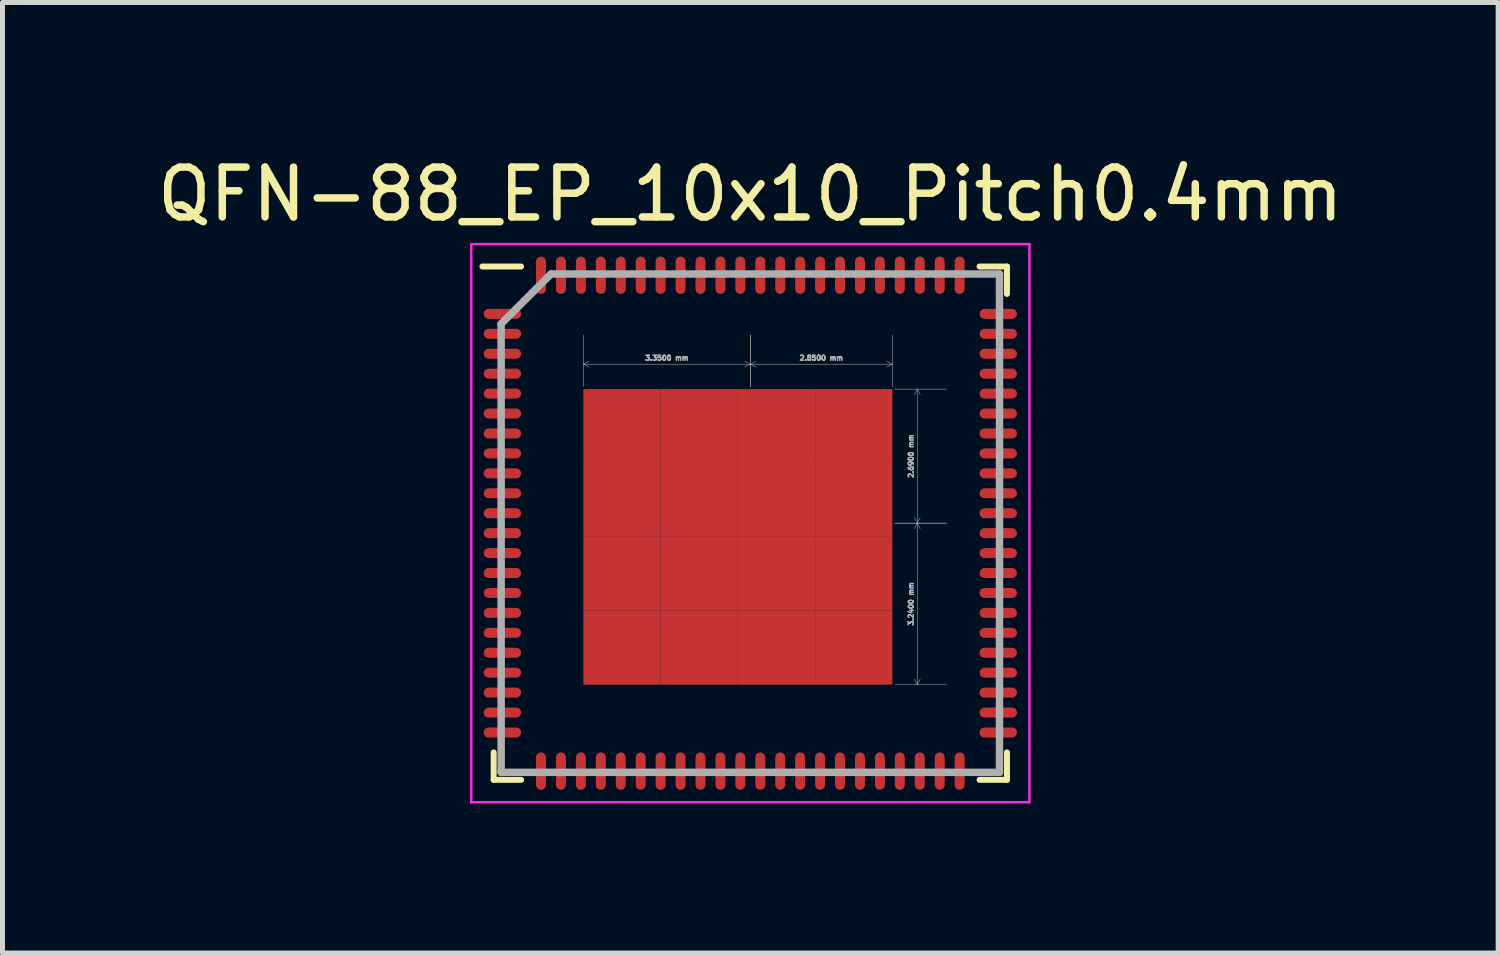
<source format=kicad_pcb>
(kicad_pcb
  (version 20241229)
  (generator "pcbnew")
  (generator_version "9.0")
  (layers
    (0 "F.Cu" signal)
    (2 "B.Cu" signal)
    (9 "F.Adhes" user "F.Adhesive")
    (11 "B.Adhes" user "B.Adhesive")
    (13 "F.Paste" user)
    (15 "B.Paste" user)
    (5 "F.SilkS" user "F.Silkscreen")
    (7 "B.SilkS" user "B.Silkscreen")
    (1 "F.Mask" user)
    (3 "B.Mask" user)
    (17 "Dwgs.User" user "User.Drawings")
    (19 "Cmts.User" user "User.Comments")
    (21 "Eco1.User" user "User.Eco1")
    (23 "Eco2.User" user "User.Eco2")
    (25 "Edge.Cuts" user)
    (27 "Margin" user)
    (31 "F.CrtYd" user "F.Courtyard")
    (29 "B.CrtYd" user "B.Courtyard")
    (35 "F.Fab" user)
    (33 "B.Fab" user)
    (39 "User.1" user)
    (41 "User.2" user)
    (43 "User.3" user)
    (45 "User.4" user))
  (footprint "QFN-88_EP_10x10_Pitch0.4mm"
    (layer "F.Cu")
    (at 12.006 7.448)
    (property "Reference" "QFN-88_EP_10x10_Pitch0.4mm" (at 0 -6.6 0) (layer "F.SilkS") (effects (font (size 1 1) (thickness 0.15))))
    (attr smd)
    (fp_line (start -5.15 5.15) (end -5.15 4.6) (stroke (width 0.12) (type default)) (layer "F.SilkS"))
    (fp_line (start -4.6 -5.15) (end -5.375 -5.15) (stroke (width 0.12) (type default)) (layer "F.SilkS"))
    (fp_line (start -4.6 5.15) (end -5.15 5.15) (stroke (width 0.12) (type default)) (layer "F.SilkS"))
    (fp_line (start 4.6 -5.15) (end 5.15 -5.15) (stroke (width 0.12) (type default)) (layer "F.SilkS"))
    (fp_line (start 4.6 5.15) (end 5.15 5.15) (stroke (width 0.12) (type default)) (layer "F.SilkS"))
    (fp_line (start 5.15 -5.15) (end 5.15 -4.6) (stroke (width 0.12) (type default)) (layer "F.SilkS"))
    (fp_line (start 5.15 5.15) (end 5.15 4.6) (stroke (width 0.12) (type default)) (layer "F.SilkS"))
    (fp_line (start -5.6 -5.6) (end 5.6 -5.6) (stroke (width 0.05) (type default)) (layer "F.CrtYd"))
    (fp_line (start -5.6 5.6) (end -5.6 -5.6) (stroke (width 0.05) (type default)) (layer "F.CrtYd"))
    (fp_line (start 5.6 -5.6) (end 5.6 5.6) (stroke (width 0.05) (type default)) (layer "F.CrtYd"))
    (fp_line (start 5.6 5.6) (end -5.6 5.6) (stroke (width 0.05) (type default)) (layer "F.CrtYd"))
    (fp_line (start -5 -4) (end -5 5) (stroke (width 0.15) (type default)) (layer "F.Fab"))
    (fp_line (start -5 5) (end 5 5) (stroke (width 0.15) (type default)) (layer "F.Fab"))
    (fp_line (start -4 -5) (end -5 -4) (stroke (width 0.15) (type default)) (layer "F.Fab"))
    (fp_line (start 5 -5) (end -4 -5) (stroke (width 0.15) (type default)) (layer "F.Fab"))
    (fp_line (start 5 5) (end 5 -5) (stroke (width 0.15) (type default)) (layer "F.Fab"))
    (dimension (type aligned) (layer "F.Fab") (pts (xy 14.856 4.758) (xy 12.006 4.758)) (height 0.5) (format (prefix "") (suffix "") (units 3) (units_format 1) (precision 4)) (style (thickness 0.01) (arrow_length 0.127) (text_position_mode 0) (arrow_direction outward) (extension_height 0.586) (extension_offset 0.05) (keep_text_aligned yes)) (gr_text "2.8500 mm" (at 13.431 4.133 0) (layer "F.Fab") (effects (font (size 0.1 0.1) (thickness 0.915) (bold yes)))))
    (dimension (type aligned) (layer "F.Fab") (pts (xy 14.856 7.448) (xy 14.856 4.758)) (height 0.5) (format (prefix "") (suffix "") (units 3) (units_format 1) (precision 4)) (style (thickness 0.01) (arrow_length 0.127) (text_position_mode 0) (arrow_direction outward) (extension_height 0.586) (extension_offset 0.05) (keep_text_aligned yes)) (gr_text "2.6900 mm" (at 15.231 6.103 90) (layer "F.Fab") (effects (font (size 0.1 0.1) (thickness 0.915) (bold yes)))))
    (dimension (type aligned) (layer "F.Fab") (pts (xy 14.856 10.688) (xy 14.856 7.448)) (height 0.5) (format (prefix "") (suffix "") (units 3) (units_format 1) (precision 4)) (style (thickness 0.01) (arrow_length 0.127) (text_position_mode 0) (arrow_direction outward) (extension_height 0.586) (extension_offset 0.05) (keep_text_aligned yes)) (gr_text "3.2400 mm" (at 15.231 9.068 90) (layer "F.Fab") (effects (font (size 0.1 0.1) (thickness 0.915) (bold yes)))))
    (dimension (type aligned) (layer "F.Fab") (pts (xy 12.006 4.758) (xy 8.656 4.758)) (height 0.5) (format (prefix "") (suffix "") (units 3) (units_format 1) (precision 4)) (style (thickness 0.01) (arrow_length 0.127) (text_position_mode 0) (arrow_direction outward) (extension_height 0.586) (extension_offset 0.05) (keep_text_aligned yes)) (gr_text "3.3500 mm" (at 10.331 4.133 0) (layer "F.Fab") (effects (font (size 0.1 0.1) (thickness 0.915) (bold yes)))))
    (pad "1" smd oval (at -4.975 -4.2 90) (size 0.2 0.75) (layers "F.Cu" "F.Mask" "F.Paste"))
    (pad "2" smd oval (at -4.975 -3.8 90) (size 0.2 0.75) (layers "F.Cu" "F.Mask" "F.Paste"))
    (pad "3" smd oval (at -4.975 -3.4 90) (size 0.2 0.75) (layers "F.Cu" "F.Mask" "F.Paste"))
    (pad "4" smd oval (at -4.975 -3 90) (size 0.2 0.75) (layers "F.Cu" "F.Mask" "F.Paste"))
    (pad "5" smd oval (at -4.975 -2.6 90) (size 0.2 0.75) (layers "F.Cu" "F.Mask" "F.Paste"))
    (pad "6" smd oval (at -4.975 -2.2 90) (size 0.2 0.75) (layers "F.Cu" "F.Mask" "F.Paste"))
    (pad "7" smd oval (at -4.975 -1.8 90) (size 0.2 0.75) (layers "F.Cu" "F.Mask" "F.Paste"))
    (pad "8" smd oval (at -4.975 -1.4 90) (size 0.2 0.75) (layers "F.Cu" "F.Mask" "F.Paste"))
    (pad "9" smd oval (at -4.975 -1 90) (size 0.2 0.75) (layers "F.Cu" "F.Mask" "F.Paste"))
    (pad "10" smd oval (at -4.975 -0.6 90) (size 0.2 0.75) (layers "F.Cu" "F.Mask" "F.Paste"))
    (pad "11" smd oval (at -4.975 -0.2 90) (size 0.2 0.75) (layers "F.Cu" "F.Mask" "F.Paste"))
    (pad "12" smd oval (at -4.975 0.2 90) (size 0.2 0.75) (layers "F.Cu" "F.Mask" "F.Paste"))
    (pad "13" smd oval (at -4.975 0.6 90) (size 0.2 0.75) (layers "F.Cu" "F.Mask" "F.Paste"))
    (pad "14" smd oval (at -4.975 1 90) (size 0.2 0.75) (layers "F.Cu" "F.Mask" "F.Paste"))
    (pad "15" smd oval (at -4.975 1.4 90) (size 0.2 0.75) (layers "F.Cu" "F.Mask" "F.Paste"))
    (pad "16" smd oval (at -4.975 1.8 90) (size 0.2 0.75) (layers "F.Cu" "F.Mask" "F.Paste"))
    (pad "17" smd oval (at -4.975 2.2 90) (size 0.2 0.75) (layers "F.Cu" "F.Mask" "F.Paste"))
    (pad "18" smd oval (at -4.975 2.6 90) (size 0.2 0.75) (layers "F.Cu" "F.Mask" "F.Paste"))
    (pad "19" smd oval (at -4.975 3 90) (size 0.2 0.75) (layers "F.Cu" "F.Mask" "F.Paste"))
    (pad "20" smd oval (at -4.975 3.4 90) (size 0.2 0.75) (layers "F.Cu" "F.Mask" "F.Paste"))
    (pad "21" smd oval (at -4.975 3.8 90) (size 0.2 0.75) (layers "F.Cu" "F.Mask" "F.Paste"))
    (pad "22" smd oval (at -4.975 4.2 90) (size 0.2 0.75) (layers "F.Cu" "F.Mask" "F.Paste"))
    (pad "23" smd oval (at -4.2 4.975) (size 0.2 0.75) (layers "F.Cu" "F.Mask" "F.Paste"))
    (pad "24" smd oval (at -3.8 4.975) (size 0.2 0.75) (layers "F.Cu" "F.Mask" "F.Paste"))
    (pad "25" smd oval (at -3.4 4.975) (size 0.2 0.75) (layers "F.Cu" "F.Mask" "F.Paste"))
    (pad "26" smd oval (at -3 4.975) (size 0.2 0.75) (layers "F.Cu" "F.Mask" "F.Paste"))
    (pad "27" smd oval (at -2.6 4.975) (size 0.2 0.75) (layers "F.Cu" "F.Mask" "F.Paste"))
    (pad "28" smd oval (at -2.2 4.975) (size 0.2 0.75) (layers "F.Cu" "F.Mask" "F.Paste"))
    (pad "29" smd oval (at -1.8 4.975) (size 0.2 0.75) (layers "F.Cu" "F.Mask" "F.Paste"))
    (pad "30" smd oval (at -1.4 4.975) (size 0.2 0.75) (layers "F.Cu" "F.Mask" "F.Paste"))
    (pad "31" smd oval (at -1 4.975) (size 0.2 0.75) (layers "F.Cu" "F.Mask" "F.Paste"))
    (pad "32" smd oval (at -0.6 4.975) (size 0.2 0.75) (layers "F.Cu" "F.Mask" "F.Paste"))
    (pad "33" smd oval (at -0.2 4.975) (size 0.2 0.75) (layers "F.Cu" "F.Mask" "F.Paste"))
    (pad "34" smd oval (at 0.2 4.975) (size 0.2 0.75) (layers "F.Cu" "F.Mask" "F.Paste"))
    (pad "35" smd oval (at 0.6 4.975) (size 0.2 0.75) (layers "F.Cu" "F.Mask" "F.Paste"))
    (pad "36" smd oval (at 1 4.975) (size 0.2 0.75) (layers "F.Cu" "F.Mask" "F.Paste"))
    (pad "37" smd oval (at 1.4 4.975) (size 0.2 0.75) (layers "F.Cu" "F.Mask" "F.Paste"))
    (pad "38" smd oval (at 1.8 4.975) (size 0.2 0.75) (layers "F.Cu" "F.Mask" "F.Paste"))
    (pad "39" smd oval (at 2.2 4.975) (size 0.2 0.75) (layers "F.Cu" "F.Mask" "F.Paste"))
    (pad "40" smd oval (at 2.6 4.975) (size 0.2 0.75) (layers "F.Cu" "F.Mask" "F.Paste"))
    (pad "41" smd oval (at 3 4.975) (size 0.2 0.75) (layers "F.Cu" "F.Mask" "F.Paste"))
    (pad "42" smd oval (at 3.4 4.975) (size 0.2 0.75) (layers "F.Cu" "F.Mask" "F.Paste"))
    (pad "43" smd oval (at 3.8 4.975) (size 0.2 0.75) (layers "F.Cu" "F.Mask" "F.Paste"))
    (pad "44" smd oval (at 4.2 4.975) (size 0.2 0.75) (layers "F.Cu" "F.Mask" "F.Paste"))
    (pad "45" smd oval (at 4.975 4.2 90) (size 0.2 0.75) (layers "F.Cu" "F.Mask" "F.Paste"))
    (pad "46" smd oval (at 4.975 3.8 90) (size 0.2 0.75) (layers "F.Cu" "F.Mask" "F.Paste"))
    (pad "47" smd oval (at 4.975 3.4 90) (size 0.2 0.75) (layers "F.Cu" "F.Mask" "F.Paste"))
    (pad "48" smd oval (at 4.975 3 90) (size 0.2 0.75) (layers "F.Cu" "F.Mask" "F.Paste"))
    (pad "49" smd oval (at 4.975 2.6 90) (size 0.2 0.75) (layers "F.Cu" "F.Mask" "F.Paste"))
    (pad "50" smd oval (at 4.975 2.2 90) (size 0.2 0.75) (layers "F.Cu" "F.Mask" "F.Paste"))
    (pad "51" smd oval (at 4.975 1.8 90) (size 0.2 0.75) (layers "F.Cu" "F.Mask" "F.Paste"))
    (pad "52" smd oval (at 4.975 1.4 90) (size 0.2 0.75) (layers "F.Cu" "F.Mask" "F.Paste"))
    (pad "53" smd oval (at 4.975 1 90) (size 0.2 0.75) (layers "F.Cu" "F.Mask" "F.Paste"))
    (pad "54" smd oval (at 4.975 0.6 90) (size 0.2 0.75) (layers "F.Cu" "F.Mask" "F.Paste"))
    (pad "55" smd oval (at 4.975 0.2 90) (size 0.2 0.75) (layers "F.Cu" "F.Mask" "F.Paste"))
    (pad "56" smd oval (at 4.975 -0.2 90) (size 0.2 0.75) (layers "F.Cu" "F.Mask" "F.Paste"))
    (pad "57" smd oval (at 4.975 -0.6 90) (size 0.2 0.75) (layers "F.Cu" "F.Mask" "F.Paste"))
    (pad "58" smd oval (at 4.975 -1 90) (size 0.2 0.75) (layers "F.Cu" "F.Mask" "F.Paste"))
    (pad "59" smd oval (at 4.975 -1.4 90) (size 0.2 0.75) (layers "F.Cu" "F.Mask" "F.Paste"))
    (pad "60" smd oval (at 4.975 -1.8 90) (size 0.2 0.75) (layers "F.Cu" "F.Mask" "F.Paste"))
    (pad "61" smd oval (at 4.975 -2.2 90) (size 0.2 0.75) (layers "F.Cu" "F.Mask" "F.Paste"))
    (pad "62" smd oval (at 4.975 -2.6 90) (size 0.2 0.75) (layers "F.Cu" "F.Mask" "F.Paste"))
    (pad "63" smd oval (at 4.975 -3 90) (size 0.2 0.75) (layers "F.Cu" "F.Mask" "F.Paste"))
    (pad "64" smd oval (at 4.975 -3.4 90) (size 0.2 0.75) (layers "F.Cu" "F.Mask" "F.Paste"))
    (pad "65" smd oval (at 4.975 -3.8 90) (size 0.2 0.75) (layers "F.Cu" "F.Mask" "F.Paste"))
    (pad "66" smd oval (at 4.975 -4.2 90) (size 0.2 0.75) (layers "F.Cu" "F.Mask" "F.Paste"))
    (pad "67" smd oval (at 4.2 -4.975) (size 0.2 0.75) (layers "F.Cu" "F.Mask" "F.Paste"))
    (pad "68" smd oval (at 3.8 -4.975) (size 0.2 0.75) (layers "F.Cu" "F.Mask" "F.Paste"))
    (pad "69" smd oval (at 3.4 -4.975) (size 0.2 0.75) (layers "F.Cu" "F.Mask" "F.Paste"))
    (pad "70" smd oval (at 3 -4.975) (size 0.2 0.75) (layers "F.Cu" "F.Mask" "F.Paste"))
    (pad "71" smd oval (at 2.6 -4.975) (size 0.2 0.75) (layers "F.Cu" "F.Mask" "F.Paste"))
    (pad "72" smd oval (at 2.2 -4.975) (size 0.2 0.75) (layers "F.Cu" "F.Mask" "F.Paste"))
    (pad "73" smd oval (at 1.8 -4.975) (size 0.2 0.75) (layers "F.Cu" "F.Mask" "F.Paste"))
    (pad "74" smd oval (at 1.4 -4.975) (size 0.2 0.75) (layers "F.Cu" "F.Mask" "F.Paste"))
    (pad "75" smd oval (at 1 -4.975) (size 0.2 0.75) (layers "F.Cu" "F.Mask" "F.Paste"))
    (pad "76" smd oval (at 0.6 -4.975) (size 0.2 0.75) (layers "F.Cu" "F.Mask" "F.Paste"))
    (pad "77" smd oval (at 0.2 -4.975) (size 0.2 0.75) (layers "F.Cu" "F.Mask" "F.Paste"))
    (pad "78" smd oval (at -0.2 -4.975) (size 0.2 0.75) (layers "F.Cu" "F.Mask" "F.Paste"))
    (pad "79" smd oval (at -0.6 -4.975) (size 0.2 0.75) (layers "F.Cu" "F.Mask" "F.Paste"))
    (pad "80" smd oval (at -1 -4.975) (size 0.2 0.75) (layers "F.Cu" "F.Mask" "F.Paste"))
    (pad "81" smd oval (at -1.4 -4.975) (size 0.2 0.75) (layers "F.Cu" "F.Mask" "F.Paste"))
    (pad "82" smd oval (at -1.8 -4.975) (size 0.2 0.75) (layers "F.Cu" "F.Mask" "F.Paste"))
    (pad "83" smd oval (at -2.2 -4.975) (size 0.2 0.75) (layers "F.Cu" "F.Mask" "F.Paste"))
    (pad "84" smd oval (at -2.6 -4.975) (size 0.2 0.75) (layers "F.Cu" "F.Mask" "F.Paste"))
    (pad "85" smd oval (at -3 -4.975) (size 0.2 0.75) (layers "F.Cu" "F.Mask" "F.Paste"))
    (pad "86" smd oval (at -3.4 -4.975) (size 0.2 0.75) (layers "F.Cu" "F.Mask" "F.Paste"))
    (pad "87" smd oval (at -3.8 -4.975) (size 0.2 0.75) (layers "F.Cu" "F.Mask" "F.Paste"))
    (pad "88" smd oval (at -4.2 -4.975) (size 0.2 0.75) (layers "F.Cu" "F.Mask" "F.Paste"))
    (pad "89" smd rect (at -2.575 -1.949) (size 1.55 1.482) (layers "F.Cu" "F.Mask" "F.Paste"))
    (pad "89" smd rect (at -2.575 -0.466) (size 1.55 1.482) (layers "F.Cu" "F.Mask" "F.Paste"))
    (pad "89" smd rect (at -2.575 1.016) (size 1.55 1.482) (layers "F.Cu" "F.Mask" "F.Paste"))
    (pad "89" smd rect (at -2.575 2.499) (size 1.55 1.482) (layers "F.Cu" "F.Mask" "F.Paste"))
    (pad "89" smd rect (at -1.025 -1.949) (size 1.55 1.482) (layers "F.Cu" "F.Mask" "F.Paste"))
    (pad "89" smd rect (at -1.025 -0.466) (size 1.55 1.482) (layers "F.Cu" "F.Mask" "F.Paste"))
    (pad "89" smd rect (at -1.025 1.016) (size 1.55 1.482) (layers "F.Cu" "F.Mask" "F.Paste"))
    (pad "89" smd rect (at -1.025 2.499) (size 1.55 1.482) (layers "F.Cu" "F.Mask" "F.Paste"))
    (pad "89" smd rect (at 0.525 -1.949) (size 1.55 1.482) (layers "F.Cu" "F.Mask" "F.Paste"))
    (pad "89" smd rect (at 0.525 -0.466) (size 1.55 1.482) (layers "F.Cu" "F.Mask" "F.Paste"))
    (pad "89" smd rect (at 0.525 1.016) (size 1.55 1.482) (layers "F.Cu" "F.Mask" "F.Paste"))
    (pad "89" smd rect (at 0.525 2.499) (size 1.55 1.482) (layers "F.Cu" "F.Mask" "F.Paste"))
    (pad "89" smd rect (at 2.075 -1.949) (size 1.55 1.482) (layers "F.Cu" "F.Mask" "F.Paste"))
    (pad "89" smd rect (at 2.075 -0.466) (size 1.55 1.482) (layers "F.Cu" "F.Mask" "F.Paste"))
    (pad "89" smd rect (at 2.075 1.016) (size 1.55 1.482) (layers "F.Cu" "F.Mask" "F.Paste"))
    (pad "89" smd rect (at 2.075 2.499) (size 1.55 1.482) (layers "F.Cu" "F.Mask" "F.Paste")))
  (gr_rect
    (start -3 -3)
    (end 27.012 16.073)
    (stroke (width 0.1) (type default))
    (fill no)
    (layer "Edge.Cuts")))
</source>
